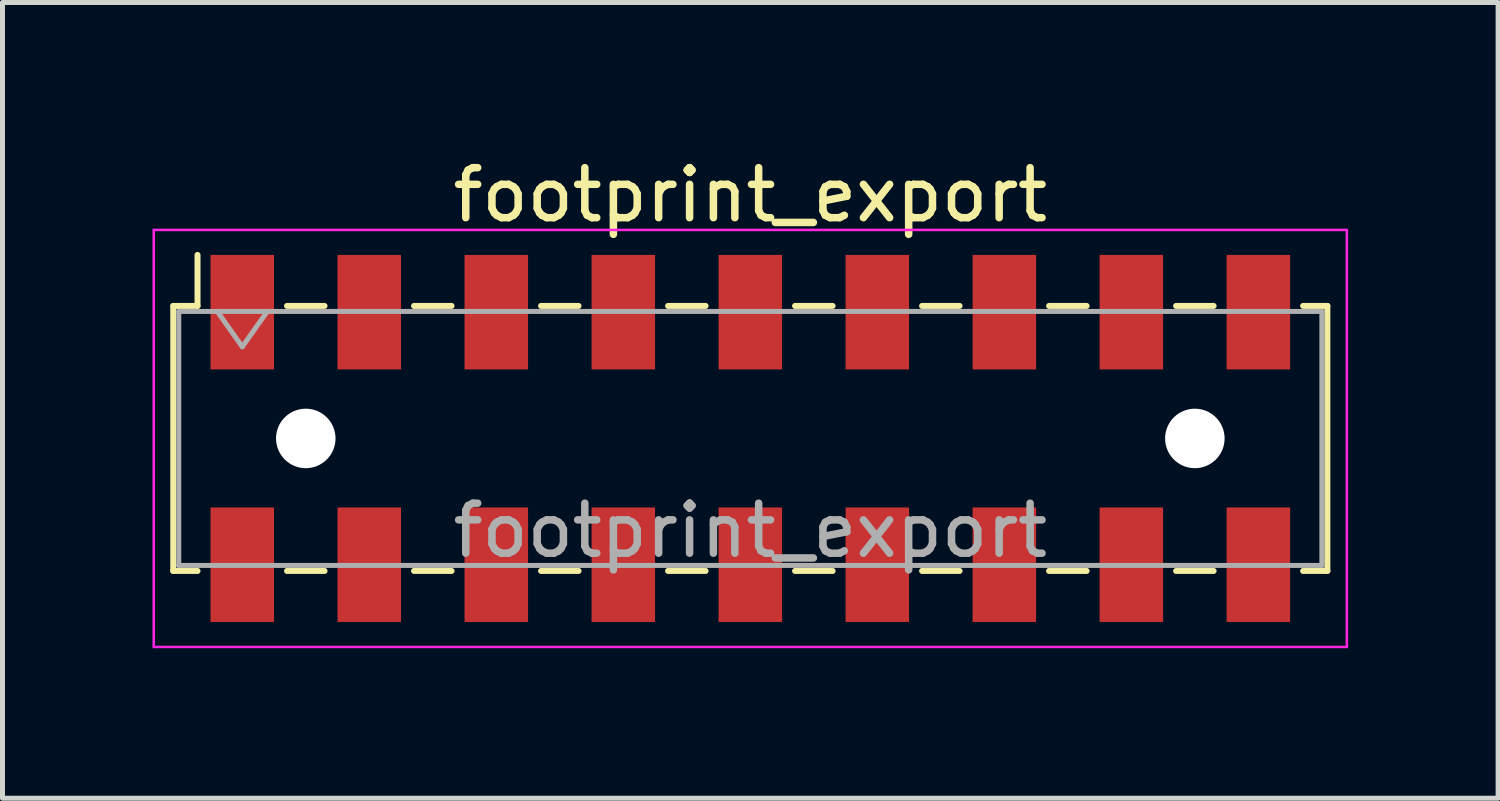
<source format=kicad_pcb>
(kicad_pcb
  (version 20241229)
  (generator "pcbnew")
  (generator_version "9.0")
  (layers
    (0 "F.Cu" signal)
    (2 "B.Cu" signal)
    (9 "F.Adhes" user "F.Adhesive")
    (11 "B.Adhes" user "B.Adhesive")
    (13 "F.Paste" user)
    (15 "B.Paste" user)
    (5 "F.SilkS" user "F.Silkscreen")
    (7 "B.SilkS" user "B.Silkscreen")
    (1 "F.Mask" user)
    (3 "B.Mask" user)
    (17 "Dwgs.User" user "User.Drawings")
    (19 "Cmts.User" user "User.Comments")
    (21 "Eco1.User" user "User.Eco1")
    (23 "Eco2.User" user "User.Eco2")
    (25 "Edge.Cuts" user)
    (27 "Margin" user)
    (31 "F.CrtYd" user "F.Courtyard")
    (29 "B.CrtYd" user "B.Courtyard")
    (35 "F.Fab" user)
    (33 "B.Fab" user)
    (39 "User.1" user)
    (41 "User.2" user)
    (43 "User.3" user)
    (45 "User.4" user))
  (footprint "footprint_export"
    (layer "F.Cu")
    (at 11.955 5.718)
    (property "Reference" "footprint_export" (at 0 -4.87 0) (layer "F.SilkS") (effects (font (size 1 1) (thickness 0.15))))
    (attr smd)
    (fp_line (start -11.54 -2.65) (end -11.54 2.65) (stroke (width 0.12) (type solid)) (layer "F.SilkS"))
    (fp_line (start -11.54 2.65) (end -11.055 2.65) (stroke (width 0.12) (type solid)) (layer "F.SilkS"))
    (fp_line (start -11.055 -3.67) (end -11.055 -2.65) (stroke (width 0.12) (type solid)) (layer "F.SilkS"))
    (fp_line (start -11.055 -2.65) (end -11.54 -2.65) (stroke (width 0.12) (type solid)) (layer "F.SilkS"))
    (fp_line (start -9.265 -2.65) (end -8.515 -2.65) (stroke (width 0.12) (type solid)) (layer "F.SilkS"))
    (fp_line (start -9.265 2.65) (end -8.515 2.65) (stroke (width 0.12) (type solid)) (layer "F.SilkS"))
    (fp_line (start -6.725 -2.65) (end -5.975 -2.65) (stroke (width 0.12) (type solid)) (layer "F.SilkS"))
    (fp_line (start -6.725 2.65) (end -5.975 2.65) (stroke (width 0.12) (type solid)) (layer "F.SilkS"))
    (fp_line (start -4.185 -2.65) (end -3.435 -2.65) (stroke (width 0.12) (type solid)) (layer "F.SilkS"))
    (fp_line (start -4.185 2.65) (end -3.435 2.65) (stroke (width 0.12) (type solid)) (layer "F.SilkS"))
    (fp_line (start -1.645 -2.65) (end -0.895 -2.65) (stroke (width 0.12) (type solid)) (layer "F.SilkS"))
    (fp_line (start -1.645 2.65) (end -0.895 2.65) (stroke (width 0.12) (type solid)) (layer "F.SilkS"))
    (fp_line (start 0.895 -2.65) (end 1.645 -2.65) (stroke (width 0.12) (type solid)) (layer "F.SilkS"))
    (fp_line (start 0.895 2.65) (end 1.645 2.65) (stroke (width 0.12) (type solid)) (layer "F.SilkS"))
    (fp_line (start 3.435 -2.65) (end 4.185 -2.65) (stroke (width 0.12) (type solid)) (layer "F.SilkS"))
    (fp_line (start 3.435 2.65) (end 4.185 2.65) (stroke (width 0.12) (type solid)) (layer "F.SilkS"))
    (fp_line (start 5.975 -2.65) (end 6.725 -2.65) (stroke (width 0.12) (type solid)) (layer "F.SilkS"))
    (fp_line (start 5.975 2.65) (end 6.725 2.65) (stroke (width 0.12) (type solid)) (layer "F.SilkS"))
    (fp_line (start 8.515 -2.65) (end 9.265 -2.65) (stroke (width 0.12) (type solid)) (layer "F.SilkS"))
    (fp_line (start 8.515 2.65) (end 9.265 2.65) (stroke (width 0.12) (type solid)) (layer "F.SilkS"))
    (fp_line (start 11.055 -2.65) (end 11.54 -2.65) (stroke (width 0.12) (type solid)) (layer "F.SilkS"))
    (fp_line (start 11.54 -2.65) (end 11.54 2.65) (stroke (width 0.12) (type solid)) (layer "F.SilkS"))
    (fp_line (start 11.54 2.65) (end 11.055 2.65) (stroke (width 0.12) (type solid)) (layer "F.SilkS"))
    (fp_line (start -11.93 -4.17) (end 11.93 -4.17) (stroke (width 0.05) (type solid)) (layer "F.CrtYd"))
    (fp_line (start -11.93 4.17) (end -11.93 -4.17) (stroke (width 0.05) (type solid)) (layer "F.CrtYd"))
    (fp_line (start 11.93 -4.17) (end 11.93 4.17) (stroke (width 0.05) (type solid)) (layer "F.CrtYd"))
    (fp_line (start 11.93 4.17) (end -11.93 4.17) (stroke (width 0.05) (type solid)) (layer "F.CrtYd"))
    (fp_line (start -11.43 -2.54) (end 11.43 -2.54) (stroke (width 0.1) (type solid)) (layer "F.Fab"))
    (fp_line (start -11.43 2.54) (end -11.43 -2.54) (stroke (width 0.1) (type solid)) (layer "F.Fab"))
    (fp_line (start -10.66 -2.54) (end -10.16 -1.833) (stroke (width 0.1) (type solid)) (layer "F.Fab"))
    (fp_line (start -10.16 -1.833) (end -9.66 -2.54) (stroke (width 0.1) (type solid)) (layer "F.Fab"))
    (fp_line (start 11.43 -2.54) (end 11.43 2.54) (stroke (width 0.1) (type solid)) (layer "F.Fab"))
    (fp_line (start 11.43 2.54) (end -11.43 2.54) (stroke (width 0.1) (type solid)) (layer "F.Fab"))
    (fp_text user "${REFERENCE}" (at 0 1.84 0) (layer "F.Fab") (effects (font (size 1 1) (thickness 0.15))))
    (pad "" np_thru_hole circle (at -8.89 0) (size 1.19 1.19) (drill 1.19) (layers "*.Cu" "*.Mask"))
    (pad "" np_thru_hole circle (at 8.89 0) (size 1.19 1.19) (drill 1.19) (layers "*.Cu" "*.Mask"))
    (pad "1" smd rect (at -10.16 -2.525) (size 1.27 2.29) (layers "F.Cu" "F.Mask" "F.Paste"))
    (pad "2" smd rect (at -10.16 2.525) (size 1.27 2.29) (layers "F.Cu" "F.Mask" "F.Paste"))
    (pad "3" smd rect (at -7.62 -2.525) (size 1.27 2.29) (layers "F.Cu" "F.Mask" "F.Paste"))
    (pad "4" smd rect (at -7.62 2.525) (size 1.27 2.29) (layers "F.Cu" "F.Mask" "F.Paste"))
    (pad "5" smd rect (at -5.08 -2.525) (size 1.27 2.29) (layers "F.Cu" "F.Mask" "F.Paste"))
    (pad "6" smd rect (at -5.08 2.525) (size 1.27 2.29) (layers "F.Cu" "F.Mask" "F.Paste"))
    (pad "7" smd rect (at -2.54 -2.525) (size 1.27 2.29) (layers "F.Cu" "F.Mask" "F.Paste"))
    (pad "8" smd rect (at -2.54 2.525) (size 1.27 2.29) (layers "F.Cu" "F.Mask" "F.Paste"))
    (pad "9" smd rect (at 0 -2.525) (size 1.27 2.29) (layers "F.Cu" "F.Mask" "F.Paste"))
    (pad "10" smd rect (at 0 2.525) (size 1.27 2.29) (layers "F.Cu" "F.Mask" "F.Paste"))
    (pad "11" smd rect (at 2.54 -2.525) (size 1.27 2.29) (layers "F.Cu" "F.Mask" "F.Paste"))
    (pad "12" smd rect (at 2.54 2.525) (size 1.27 2.29) (layers "F.Cu" "F.Mask" "F.Paste"))
    (pad "13" smd rect (at 5.08 -2.525) (size 1.27 2.29) (layers "F.Cu" "F.Mask" "F.Paste"))
    (pad "14" smd rect (at 5.08 2.525) (size 1.27 2.29) (layers "F.Cu" "F.Mask" "F.Paste"))
    (pad "15" smd rect (at 7.62 -2.525) (size 1.27 2.29) (layers "F.Cu" "F.Mask" "F.Paste"))
    (pad "16" smd rect (at 7.62 2.525) (size 1.27 2.29) (layers "F.Cu" "F.Mask" "F.Paste"))
    (pad "17" smd rect (at 10.16 -2.525) (size 1.27 2.29) (layers "F.Cu" "F.Mask" "F.Paste"))
    (pad "18" smd rect (at 10.16 2.525) (size 1.27 2.29) (layers "F.Cu" "F.Mask" "F.Paste")))
  (gr_rect
    (start -3 -3)
    (end 26.91 12.913)
    (stroke (width 0.1) (type default))
    (fill no)
    (layer "Edge.Cuts")))
</source>
